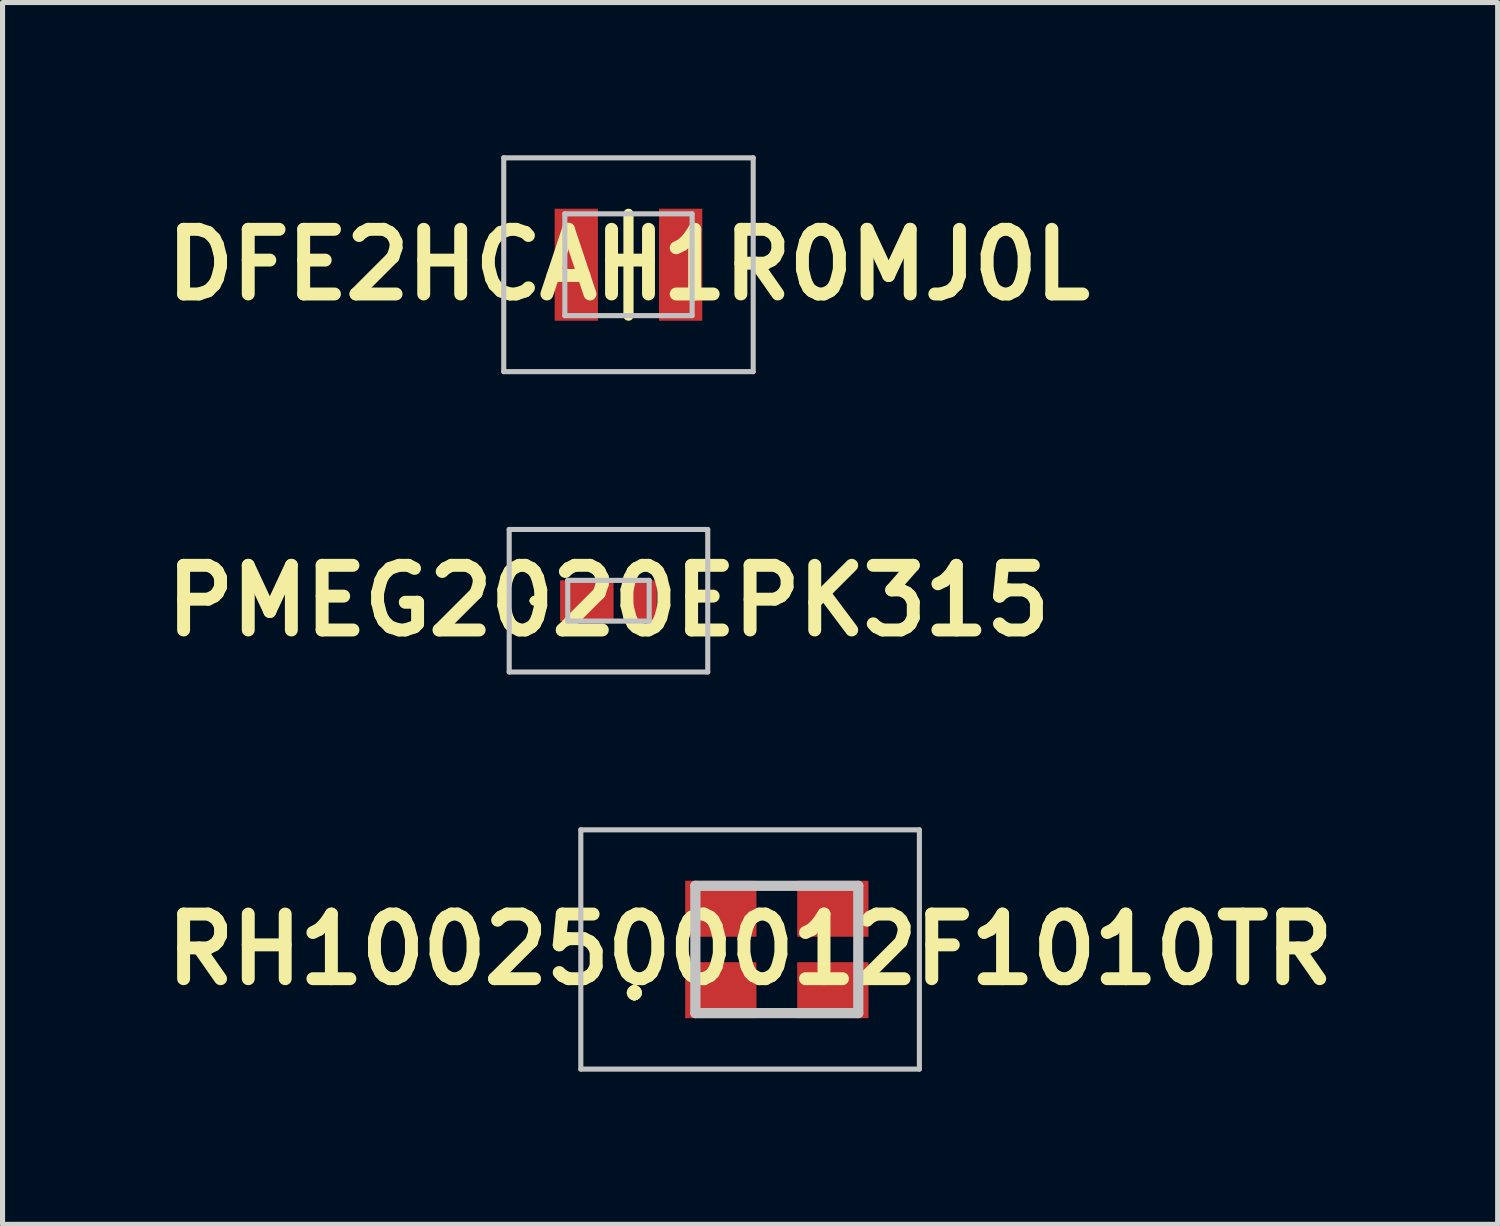
<source format=kicad_pcb>
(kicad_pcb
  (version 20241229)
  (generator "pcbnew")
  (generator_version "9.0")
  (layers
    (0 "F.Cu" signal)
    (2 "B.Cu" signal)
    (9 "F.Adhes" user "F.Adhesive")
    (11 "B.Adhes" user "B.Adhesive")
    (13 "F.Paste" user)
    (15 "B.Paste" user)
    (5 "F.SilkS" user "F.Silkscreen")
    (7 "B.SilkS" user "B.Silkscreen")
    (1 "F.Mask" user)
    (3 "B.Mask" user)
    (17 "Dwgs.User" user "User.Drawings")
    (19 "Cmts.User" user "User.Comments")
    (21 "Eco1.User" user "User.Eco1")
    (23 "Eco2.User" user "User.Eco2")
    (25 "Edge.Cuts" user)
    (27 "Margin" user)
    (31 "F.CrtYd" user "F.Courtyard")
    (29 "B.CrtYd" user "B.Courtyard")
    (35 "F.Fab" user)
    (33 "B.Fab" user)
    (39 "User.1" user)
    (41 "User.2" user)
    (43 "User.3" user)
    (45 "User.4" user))
  (footprint "PMEG2020EPK315"
    (layer "F.Cu")
    (at 8.902 8.75)
    (property "Reference" "PMEG2020EPK315" (at 0 0 0) (layer "F.SilkS") (effects (font (size 1.27 1.27) (thickness 0.254))))
    (attr smd)
    (fp_line (start -1.5 0) (end -1.5 0) (stroke (width 0.1) (type solid)) (layer "F.SilkS"))
    (fp_line (start -1.4 0) (end -1.4 0) (stroke (width 0.1) (type solid)) (layer "F.SilkS"))
    (fp_arc (start -1.5 0) (mid -1.45 -0.05) (end -1.4 0) (stroke (width 0.1) (type solid)) (layer "F.SilkS"))
    (fp_arc (start -1.4 0) (mid -1.45 0.05) (end -1.5 0) (stroke (width 0.1) (type solid)) (layer "F.SilkS"))
    (fp_line (start -1.95 -1.4) (end 1.95 -1.4) (stroke (width 0.1) (type solid)) (layer "Dwgs.User"))
    (fp_line (start -1.95 1.4) (end -1.95 -1.4) (stroke (width 0.1) (type solid)) (layer "Dwgs.User"))
    (fp_line (start -0.8 -0.4) (end 0.8 -0.4) (stroke (width 0.1) (type solid)) (layer "Dwgs.User"))
    (fp_line (start -0.8 0.4) (end -0.8 -0.4) (stroke (width 0.1) (type solid)) (layer "Dwgs.User"))
    (fp_line (start 0.8 -0.4) (end 0.8 0.4) (stroke (width 0.1) (type solid)) (layer "Dwgs.User"))
    (fp_line (start 0.8 0.4) (end -0.8 0.4) (stroke (width 0.1) (type solid)) (layer "Dwgs.User"))
    (fp_line (start 1.95 -1.4) (end 1.95 1.4) (stroke (width 0.1) (type solid)) (layer "Dwgs.User"))
    (fp_line (start 1.95 1.4) (end -1.95 1.4) (stroke (width 0.1) (type solid)) (layer "Dwgs.User"))
    (pad "1" smd rect (at -0.425 0 90) (size 0.8 1.05) (layers "F.Cu" "F.Mask" "F.Paste"))
    (pad "2" smd rect (at 0.625 0) (size 0.65 0.8) (layers "F.Cu" "F.Mask" "F.Paste")))
  (footprint "DFE2HCAH1R0MJ0L"
    (layer "F.Cu")
    (at 9.295 2.15)
    (property "Reference" "DFE2HCAH1R0MJ0L" (at 0 0 0) (layer "F.SilkS") (effects (font (size 1.27 1.27) (thickness 0.254))))
    (attr smd)
    (fp_line (start 0 -1) (end 0 1) (stroke (width 0.2) (type solid)) (layer "F.SilkS"))
    (fp_line (start -2.45 -2.1) (end 2.45 -2.1) (stroke (width 0.1) (type solid)) (layer "Dwgs.User"))
    (fp_line (start -2.45 2.1) (end -2.45 -2.1) (stroke (width 0.1) (type solid)) (layer "Dwgs.User"))
    (fp_line (start -1.25 -1) (end 1.25 -1) (stroke (width 0.1) (type solid)) (layer "Dwgs.User"))
    (fp_line (start -1.25 1) (end -1.25 -1) (stroke (width 0.1) (type solid)) (layer "Dwgs.User"))
    (fp_line (start 1.25 -1) (end 1.25 1) (stroke (width 0.1) (type solid)) (layer "Dwgs.User"))
    (fp_line (start 1.25 1) (end -1.25 1) (stroke (width 0.1) (type solid)) (layer "Dwgs.User"))
    (fp_line (start 2.45 -2.1) (end 2.45 2.1) (stroke (width 0.1) (type solid)) (layer "Dwgs.User"))
    (fp_line (start 2.45 2.1) (end -2.45 2.1) (stroke (width 0.1) (type solid)) (layer "Dwgs.User"))
    (pad "1" smd rect (at -1.025 0) (size 0.85 2.2) (layers "F.Cu" "F.Mask" "F.Paste"))
    (pad "2" smd rect (at 1.025 0) (size 0.85 2.2) (layers "F.Cu" "F.Mask" "F.Paste")))
  (footprint "RH1002500012F1010TR"
    (layer "F.Cu")
    (at 12.209 15.6)
    (property "Reference" "RH1002500012F1010TR" (at -0.525 0 0) (layer "F.SilkS") (effects (font (size 1.27 1.27) (thickness 0.254))))
    (attr smd)
    (fp_line (start -2.8 0.8) (end -2.8 0.8) (stroke (width 0.2) (type solid)) (layer "F.SilkS"))
    (fp_line (start -2.8 0.9) (end -2.8 0.9) (stroke (width 0.2) (type solid)) (layer "F.SilkS"))
    (fp_line (start -2.8 0.9) (end -2.8 0.9) (stroke (width 0.2) (type solid)) (layer "F.SilkS"))
    (fp_arc (start -2.8 0.8) (mid -2.75 0.85) (end -2.8 0.9) (stroke (width 0.2) (type solid)) (layer "F.SilkS"))
    (fp_arc (start -2.8 0.8) (mid -2.75 0.85) (end -2.8 0.9) (stroke (width 0.2) (type solid)) (layer "F.SilkS"))
    (fp_arc (start -2.8 0.9) (mid -2.85 0.85) (end -2.8 0.8) (stroke (width 0.2) (type solid)) (layer "F.SilkS"))
    (fp_line (start -3.85 -2.35) (end 2.8 -2.35) (stroke (width 0.1) (type solid)) (layer "Dwgs.User"))
    (fp_line (start -3.85 2.35) (end -3.85 -2.35) (stroke (width 0.1) (type solid)) (layer "Dwgs.User"))
    (fp_line (start -1.6 -1.25) (end -1.6 1.25) (stroke (width 0.2) (type solid)) (layer "Dwgs.User"))
    (fp_line (start -1.6 1.25) (end 1.6 1.25) (stroke (width 0.2) (type solid)) (layer "Dwgs.User"))
    (fp_line (start 1.6 -1.25) (end -1.6 -1.25) (stroke (width 0.2) (type solid)) (layer "Dwgs.User"))
    (fp_line (start 1.6 1.25) (end 1.6 -1.25) (stroke (width 0.2) (type solid)) (layer "Dwgs.User"))
    (fp_line (start 2.8 -2.35) (end 2.8 2.35) (stroke (width 0.1) (type solid)) (layer "Dwgs.User"))
    (fp_line (start 2.8 2.35) (end -3.85 2.35) (stroke (width 0.1) (type solid)) (layer "Dwgs.User"))
    (pad "1" smd rect (at -1.1 0.8 90) (size 1.1 1.4) (layers "F.Cu" "F.Mask" "F.Paste"))
    (pad "2" smd rect (at 1.1 0.8 90) (size 1.1 1.4) (layers "F.Cu" "F.Mask" "F.Paste"))
    (pad "3" smd rect (at 1.1 -0.8 90) (size 1.1 1.4) (layers "F.Cu" "F.Mask" "F.Paste"))
    (pad "4" smd rect (at -1.1 -0.8 90) (size 1.1 1.4) (layers "F.Cu" "F.Mask" "F.Paste")))
  (gr_rect
    (start -3 -3)
    (end 26.368 21)
    (stroke (width 0.1) (type default))
    (fill no)
    (layer "Edge.Cuts")))
</source>
